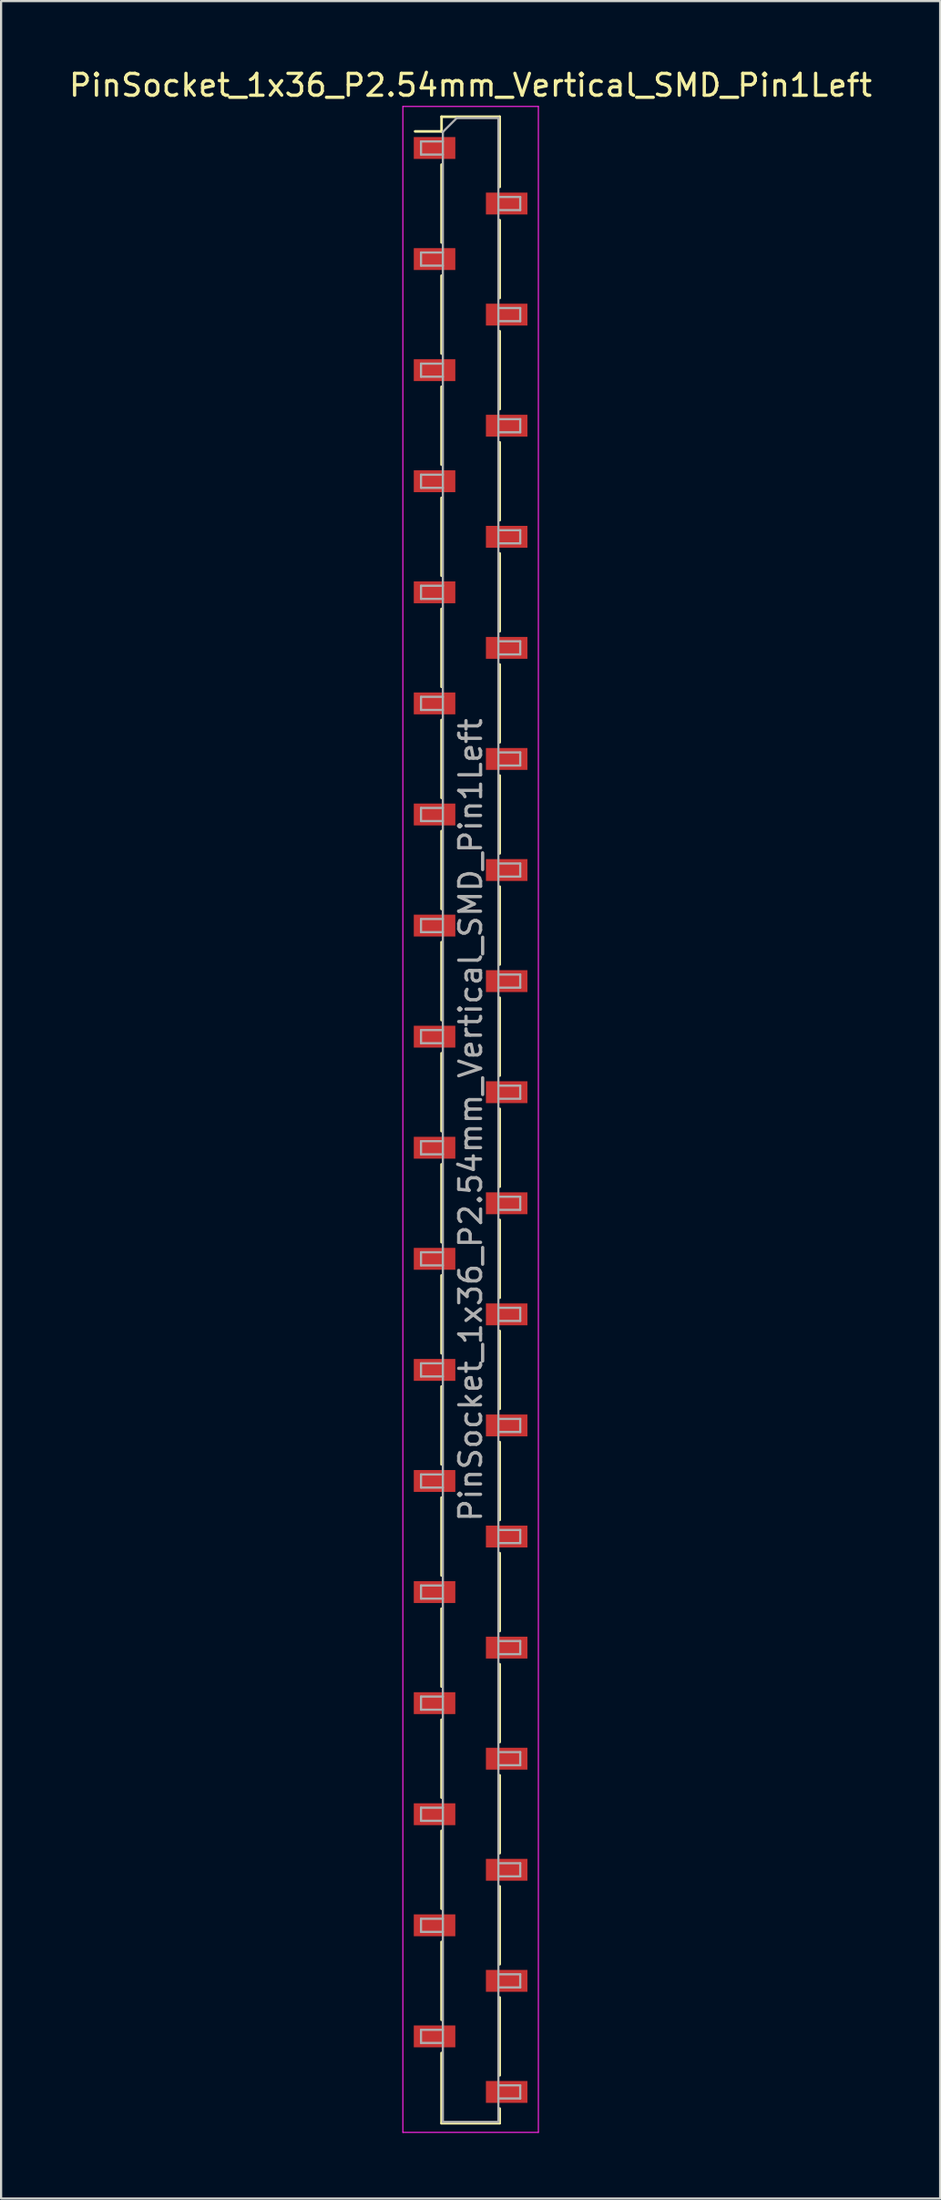
<source format=kicad_pcb>
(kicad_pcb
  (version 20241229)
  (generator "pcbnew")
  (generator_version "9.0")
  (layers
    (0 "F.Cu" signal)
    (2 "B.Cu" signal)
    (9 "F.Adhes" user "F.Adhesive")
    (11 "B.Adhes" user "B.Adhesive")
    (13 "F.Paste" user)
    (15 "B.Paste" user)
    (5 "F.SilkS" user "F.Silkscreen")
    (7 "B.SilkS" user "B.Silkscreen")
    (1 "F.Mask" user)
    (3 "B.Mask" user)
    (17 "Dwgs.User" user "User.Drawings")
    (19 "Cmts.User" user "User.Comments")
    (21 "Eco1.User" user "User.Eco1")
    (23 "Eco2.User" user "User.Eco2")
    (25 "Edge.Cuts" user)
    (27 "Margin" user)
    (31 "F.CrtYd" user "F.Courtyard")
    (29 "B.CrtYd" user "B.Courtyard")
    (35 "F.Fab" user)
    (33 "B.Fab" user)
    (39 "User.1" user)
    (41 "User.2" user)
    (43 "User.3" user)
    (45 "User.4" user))
  (footprint "PinSocket_1x36_P2.54mm_Vertical_SMD_Pin1Left"
    (layer "F.Cu")
    (at 18.482 48.168)
    (property "Reference" "PinSocket_1x36_P2.54mm_Vertical_SMD_Pin1Left" (at 0 -47.32 0) (layer "F.SilkS") (effects (font (size 1 1) (thickness 0.15))))
    (attr smd)
    (fp_line (start -2.54 -45.21) (end -1.33 -45.21) (stroke (width 0.12) (type solid)) (layer "F.SilkS"))
    (fp_line (start -1.33 -45.88) (end -1.33 -45.21) (stroke (width 0.12) (type solid)) (layer "F.SilkS"))
    (fp_line (start -1.33 -45.88) (end 1.33 -45.88) (stroke (width 0.12) (type solid)) (layer "F.SilkS"))
    (fp_line (start -1.33 -43.69) (end -1.33 -40.13) (stroke (width 0.12) (type solid)) (layer "F.SilkS"))
    (fp_line (start -1.33 -38.61) (end -1.33 -35.05) (stroke (width 0.12) (type solid)) (layer "F.SilkS"))
    (fp_line (start -1.33 -33.53) (end -1.33 -29.97) (stroke (width 0.12) (type solid)) (layer "F.SilkS"))
    (fp_line (start -1.33 -28.45) (end -1.33 -24.89) (stroke (width 0.12) (type solid)) (layer "F.SilkS"))
    (fp_line (start -1.33 -23.37) (end -1.33 -19.81) (stroke (width 0.12) (type solid)) (layer "F.SilkS"))
    (fp_line (start -1.33 -18.29) (end -1.33 -14.73) (stroke (width 0.12) (type solid)) (layer "F.SilkS"))
    (fp_line (start -1.33 -13.21) (end -1.33 -9.65) (stroke (width 0.12) (type solid)) (layer "F.SilkS"))
    (fp_line (start -1.33 -8.13) (end -1.33 -4.57) (stroke (width 0.12) (type solid)) (layer "F.SilkS"))
    (fp_line (start -1.33 -3.05) (end -1.33 0.51) (stroke (width 0.12) (type solid)) (layer "F.SilkS"))
    (fp_line (start -1.33 2.03) (end -1.33 5.59) (stroke (width 0.12) (type solid)) (layer "F.SilkS"))
    (fp_line (start -1.33 7.11) (end -1.33 10.67) (stroke (width 0.12) (type solid)) (layer "F.SilkS"))
    (fp_line (start -1.33 12.19) (end -1.33 15.75) (stroke (width 0.12) (type solid)) (layer "F.SilkS"))
    (fp_line (start -1.33 17.27) (end -1.33 20.83) (stroke (width 0.12) (type solid)) (layer "F.SilkS"))
    (fp_line (start -1.33 22.35) (end -1.33 25.91) (stroke (width 0.12) (type solid)) (layer "F.SilkS"))
    (fp_line (start -1.33 27.43) (end -1.33 30.99) (stroke (width 0.12) (type solid)) (layer "F.SilkS"))
    (fp_line (start -1.33 32.51) (end -1.33 36.07) (stroke (width 0.12) (type solid)) (layer "F.SilkS"))
    (fp_line (start -1.33 37.59) (end -1.33 41.15) (stroke (width 0.12) (type solid)) (layer "F.SilkS"))
    (fp_line (start -1.33 42.67) (end -1.33 45.88) (stroke (width 0.12) (type solid)) (layer "F.SilkS"))
    (fp_line (start -1.33 45.88) (end 1.33 45.88) (stroke (width 0.12) (type solid)) (layer "F.SilkS"))
    (fp_line (start 1.33 -45.88) (end 1.33 -42.67) (stroke (width 0.12) (type solid)) (layer "F.SilkS"))
    (fp_line (start 1.33 -41.15) (end 1.33 -37.59) (stroke (width 0.12) (type solid)) (layer "F.SilkS"))
    (fp_line (start 1.33 -36.07) (end 1.33 -32.51) (stroke (width 0.12) (type solid)) (layer "F.SilkS"))
    (fp_line (start 1.33 -30.99) (end 1.33 -27.43) (stroke (width 0.12) (type solid)) (layer "F.SilkS"))
    (fp_line (start 1.33 -25.91) (end 1.33 -22.35) (stroke (width 0.12) (type solid)) (layer "F.SilkS"))
    (fp_line (start 1.33 -20.83) (end 1.33 -17.27) (stroke (width 0.12) (type solid)) (layer "F.SilkS"))
    (fp_line (start 1.33 -15.75) (end 1.33 -12.19) (stroke (width 0.12) (type solid)) (layer "F.SilkS"))
    (fp_line (start 1.33 -10.67) (end 1.33 -7.11) (stroke (width 0.12) (type solid)) (layer "F.SilkS"))
    (fp_line (start 1.33 -5.59) (end 1.33 -2.03) (stroke (width 0.12) (type solid)) (layer "F.SilkS"))
    (fp_line (start 1.33 -0.51) (end 1.33 3.05) (stroke (width 0.12) (type solid)) (layer "F.SilkS"))
    (fp_line (start 1.33 4.57) (end 1.33 8.13) (stroke (width 0.12) (type solid)) (layer "F.SilkS"))
    (fp_line (start 1.33 9.65) (end 1.33 13.21) (stroke (width 0.12) (type solid)) (layer "F.SilkS"))
    (fp_line (start 1.33 14.73) (end 1.33 18.29) (stroke (width 0.12) (type solid)) (layer "F.SilkS"))
    (fp_line (start 1.33 19.81) (end 1.33 23.37) (stroke (width 0.12) (type solid)) (layer "F.SilkS"))
    (fp_line (start 1.33 24.89) (end 1.33 28.45) (stroke (width 0.12) (type solid)) (layer "F.SilkS"))
    (fp_line (start 1.33 29.97) (end 1.33 33.53) (stroke (width 0.12) (type solid)) (layer "F.SilkS"))
    (fp_line (start 1.33 35.05) (end 1.33 38.61) (stroke (width 0.12) (type solid)) (layer "F.SilkS"))
    (fp_line (start 1.33 40.13) (end 1.33 43.69) (stroke (width 0.12) (type solid)) (layer "F.SilkS"))
    (fp_line (start 1.33 45.21) (end 1.33 45.88) (stroke (width 0.12) (type solid)) (layer "F.SilkS"))
    (fp_line (start -3.1 -46.35) (end 3.1 -46.35) (stroke (width 0.05) (type solid)) (layer "F.CrtYd"))
    (fp_line (start -3.1 46.3) (end -3.1 -46.35) (stroke (width 0.05) (type solid)) (layer "F.CrtYd"))
    (fp_line (start 3.1 -46.35) (end 3.1 46.3) (stroke (width 0.05) (type solid)) (layer "F.CrtYd"))
    (fp_line (start 3.1 46.3) (end -3.1 46.3) (stroke (width 0.05) (type solid)) (layer "F.CrtYd"))
    (fp_line (start -2.27 -44.75) (end -1.27 -44.75) (stroke (width 0.1) (type solid)) (layer "F.Fab"))
    (fp_line (start -2.27 -44.15) (end -2.27 -44.75) (stroke (width 0.1) (type solid)) (layer "F.Fab"))
    (fp_line (start -2.27 -39.67) (end -1.27 -39.67) (stroke (width 0.1) (type solid)) (layer "F.Fab"))
    (fp_line (start -2.27 -39.07) (end -2.27 -39.67) (stroke (width 0.1) (type solid)) (layer "F.Fab"))
    (fp_line (start -2.27 -34.59) (end -1.27 -34.59) (stroke (width 0.1) (type solid)) (layer "F.Fab"))
    (fp_line (start -2.27 -33.99) (end -2.27 -34.59) (stroke (width 0.1) (type solid)) (layer "F.Fab"))
    (fp_line (start -2.27 -29.51) (end -1.27 -29.51) (stroke (width 0.1) (type solid)) (layer "F.Fab"))
    (fp_line (start -2.27 -28.91) (end -2.27 -29.51) (stroke (width 0.1) (type solid)) (layer "F.Fab"))
    (fp_line (start -2.27 -24.43) (end -1.27 -24.43) (stroke (width 0.1) (type solid)) (layer "F.Fab"))
    (fp_line (start -2.27 -23.83) (end -2.27 -24.43) (stroke (width 0.1) (type solid)) (layer "F.Fab"))
    (fp_line (start -2.27 -19.35) (end -1.27 -19.35) (stroke (width 0.1) (type solid)) (layer "F.Fab"))
    (fp_line (start -2.27 -18.75) (end -2.27 -19.35) (stroke (width 0.1) (type solid)) (layer "F.Fab"))
    (fp_line (start -2.27 -14.27) (end -1.27 -14.27) (stroke (width 0.1) (type solid)) (layer "F.Fab"))
    (fp_line (start -2.27 -13.67) (end -2.27 -14.27) (stroke (width 0.1) (type solid)) (layer "F.Fab"))
    (fp_line (start -2.27 -9.19) (end -1.27 -9.19) (stroke (width 0.1) (type solid)) (layer "F.Fab"))
    (fp_line (start -2.27 -8.59) (end -2.27 -9.19) (stroke (width 0.1) (type solid)) (layer "F.Fab"))
    (fp_line (start -2.27 -4.11) (end -1.27 -4.11) (stroke (width 0.1) (type solid)) (layer "F.Fab"))
    (fp_line (start -2.27 -3.51) (end -2.27 -4.11) (stroke (width 0.1) (type solid)) (layer "F.Fab"))
    (fp_line (start -2.27 0.97) (end -1.27 0.97) (stroke (width 0.1) (type solid)) (layer "F.Fab"))
    (fp_line (start -2.27 1.57) (end -2.27 0.97) (stroke (width 0.1) (type solid)) (layer "F.Fab"))
    (fp_line (start -2.27 6.05) (end -1.27 6.05) (stroke (width 0.1) (type solid)) (layer "F.Fab"))
    (fp_line (start -2.27 6.65) (end -2.27 6.05) (stroke (width 0.1) (type solid)) (layer "F.Fab"))
    (fp_line (start -2.27 11.13) (end -1.27 11.13) (stroke (width 0.1) (type solid)) (layer "F.Fab"))
    (fp_line (start -2.27 11.73) (end -2.27 11.13) (stroke (width 0.1) (type solid)) (layer "F.Fab"))
    (fp_line (start -2.27 16.21) (end -1.27 16.21) (stroke (width 0.1) (type solid)) (layer "F.Fab"))
    (fp_line (start -2.27 16.81) (end -2.27 16.21) (stroke (width 0.1) (type solid)) (layer "F.Fab"))
    (fp_line (start -2.27 21.29) (end -1.27 21.29) (stroke (width 0.1) (type solid)) (layer "F.Fab"))
    (fp_line (start -2.27 21.89) (end -2.27 21.29) (stroke (width 0.1) (type solid)) (layer "F.Fab"))
    (fp_line (start -2.27 26.37) (end -1.27 26.37) (stroke (width 0.1) (type solid)) (layer "F.Fab"))
    (fp_line (start -2.27 26.97) (end -2.27 26.37) (stroke (width 0.1) (type solid)) (layer "F.Fab"))
    (fp_line (start -2.27 31.45) (end -1.27 31.45) (stroke (width 0.1) (type solid)) (layer "F.Fab"))
    (fp_line (start -2.27 32.05) (end -2.27 31.45) (stroke (width 0.1) (type solid)) (layer "F.Fab"))
    (fp_line (start -2.27 36.53) (end -1.27 36.53) (stroke (width 0.1) (type solid)) (layer "F.Fab"))
    (fp_line (start -2.27 37.13) (end -2.27 36.53) (stroke (width 0.1) (type solid)) (layer "F.Fab"))
    (fp_line (start -2.27 41.61) (end -1.27 41.61) (stroke (width 0.1) (type solid)) (layer "F.Fab"))
    (fp_line (start -2.27 42.21) (end -2.27 41.61) (stroke (width 0.1) (type solid)) (layer "F.Fab"))
    (fp_line (start -1.27 -45.185) (end -0.635 -45.82) (stroke (width 0.1) (type solid)) (layer "F.Fab"))
    (fp_line (start -1.27 -44.15) (end -2.27 -44.15) (stroke (width 0.1) (type solid)) (layer "F.Fab"))
    (fp_line (start -1.27 -39.07) (end -2.27 -39.07) (stroke (width 0.1) (type solid)) (layer "F.Fab"))
    (fp_line (start -1.27 -33.99) (end -2.27 -33.99) (stroke (width 0.1) (type solid)) (layer "F.Fab"))
    (fp_line (start -1.27 -28.91) (end -2.27 -28.91) (stroke (width 0.1) (type solid)) (layer "F.Fab"))
    (fp_line (start -1.27 -23.83) (end -2.27 -23.83) (stroke (width 0.1) (type solid)) (layer "F.Fab"))
    (fp_line (start -1.27 -18.75) (end -2.27 -18.75) (stroke (width 0.1) (type solid)) (layer "F.Fab"))
    (fp_line (start -1.27 -13.67) (end -2.27 -13.67) (stroke (width 0.1) (type solid)) (layer "F.Fab"))
    (fp_line (start -1.27 -8.59) (end -2.27 -8.59) (stroke (width 0.1) (type solid)) (layer "F.Fab"))
    (fp_line (start -1.27 -3.51) (end -2.27 -3.51) (stroke (width 0.1) (type solid)) (layer "F.Fab"))
    (fp_line (start -1.27 1.57) (end -2.27 1.57) (stroke (width 0.1) (type solid)) (layer "F.Fab"))
    (fp_line (start -1.27 6.65) (end -2.27 6.65) (stroke (width 0.1) (type solid)) (layer "F.Fab"))
    (fp_line (start -1.27 11.73) (end -2.27 11.73) (stroke (width 0.1) (type solid)) (layer "F.Fab"))
    (fp_line (start -1.27 16.81) (end -2.27 16.81) (stroke (width 0.1) (type solid)) (layer "F.Fab"))
    (fp_line (start -1.27 21.89) (end -2.27 21.89) (stroke (width 0.1) (type solid)) (layer "F.Fab"))
    (fp_line (start -1.27 26.97) (end -2.27 26.97) (stroke (width 0.1) (type solid)) (layer "F.Fab"))
    (fp_line (start -1.27 32.05) (end -2.27 32.05) (stroke (width 0.1) (type solid)) (layer "F.Fab"))
    (fp_line (start -1.27 37.13) (end -2.27 37.13) (stroke (width 0.1) (type solid)) (layer "F.Fab"))
    (fp_line (start -1.27 42.21) (end -2.27 42.21) (stroke (width 0.1) (type solid)) (layer "F.Fab"))
    (fp_line (start -1.27 45.82) (end -1.27 -45.185) (stroke (width 0.1) (type solid)) (layer "F.Fab"))
    (fp_line (start -0.635 -45.82) (end 1.27 -45.82) (stroke (width 0.1) (type solid)) (layer "F.Fab"))
    (fp_line (start 1.27 -45.82) (end 1.27 45.82) (stroke (width 0.1) (type solid)) (layer "F.Fab"))
    (fp_line (start 1.27 -42.21) (end 2.27 -42.21) (stroke (width 0.1) (type solid)) (layer "F.Fab"))
    (fp_line (start 1.27 -37.13) (end 2.27 -37.13) (stroke (width 0.1) (type solid)) (layer "F.Fab"))
    (fp_line (start 1.27 -32.05) (end 2.27 -32.05) (stroke (width 0.1) (type solid)) (layer "F.Fab"))
    (fp_line (start 1.27 -26.97) (end 2.27 -26.97) (stroke (width 0.1) (type solid)) (layer "F.Fab"))
    (fp_line (start 1.27 -21.89) (end 2.27 -21.89) (stroke (width 0.1) (type solid)) (layer "F.Fab"))
    (fp_line (start 1.27 -16.81) (end 2.27 -16.81) (stroke (width 0.1) (type solid)) (layer "F.Fab"))
    (fp_line (start 1.27 -11.73) (end 2.27 -11.73) (stroke (width 0.1) (type solid)) (layer "F.Fab"))
    (fp_line (start 1.27 -6.65) (end 2.27 -6.65) (stroke (width 0.1) (type solid)) (layer "F.Fab"))
    (fp_line (start 1.27 -1.57) (end 2.27 -1.57) (stroke (width 0.1) (type solid)) (layer "F.Fab"))
    (fp_line (start 1.27 3.51) (end 2.27 3.51) (stroke (width 0.1) (type solid)) (layer "F.Fab"))
    (fp_line (start 1.27 8.59) (end 2.27 8.59) (stroke (width 0.1) (type solid)) (layer "F.Fab"))
    (fp_line (start 1.27 13.67) (end 2.27 13.67) (stroke (width 0.1) (type solid)) (layer "F.Fab"))
    (fp_line (start 1.27 18.75) (end 2.27 18.75) (stroke (width 0.1) (type solid)) (layer "F.Fab"))
    (fp_line (start 1.27 23.83) (end 2.27 23.83) (stroke (width 0.1) (type solid)) (layer "F.Fab"))
    (fp_line (start 1.27 28.91) (end 2.27 28.91) (stroke (width 0.1) (type solid)) (layer "F.Fab"))
    (fp_line (start 1.27 33.99) (end 2.27 33.99) (stroke (width 0.1) (type solid)) (layer "F.Fab"))
    (fp_line (start 1.27 39.07) (end 2.27 39.07) (stroke (width 0.1) (type solid)) (layer "F.Fab"))
    (fp_line (start 1.27 44.15) (end 2.27 44.15) (stroke (width 0.1) (type solid)) (layer "F.Fab"))
    (fp_line (start 1.27 45.82) (end -1.27 45.82) (stroke (width 0.1) (type solid)) (layer "F.Fab"))
    (fp_line (start 2.27 -42.21) (end 2.27 -41.61) (stroke (width 0.1) (type solid)) (layer "F.Fab"))
    (fp_line (start 2.27 -41.61) (end 1.27 -41.61) (stroke (width 0.1) (type solid)) (layer "F.Fab"))
    (fp_line (start 2.27 -37.13) (end 2.27 -36.53) (stroke (width 0.1) (type solid)) (layer "F.Fab"))
    (fp_line (start 2.27 -36.53) (end 1.27 -36.53) (stroke (width 0.1) (type solid)) (layer "F.Fab"))
    (fp_line (start 2.27 -32.05) (end 2.27 -31.45) (stroke (width 0.1) (type solid)) (layer "F.Fab"))
    (fp_line (start 2.27 -31.45) (end 1.27 -31.45) (stroke (width 0.1) (type solid)) (layer "F.Fab"))
    (fp_line (start 2.27 -26.97) (end 2.27 -26.37) (stroke (width 0.1) (type solid)) (layer "F.Fab"))
    (fp_line (start 2.27 -26.37) (end 1.27 -26.37) (stroke (width 0.1) (type solid)) (layer "F.Fab"))
    (fp_line (start 2.27 -21.89) (end 2.27 -21.29) (stroke (width 0.1) (type solid)) (layer "F.Fab"))
    (fp_line (start 2.27 -21.29) (end 1.27 -21.29) (stroke (width 0.1) (type solid)) (layer "F.Fab"))
    (fp_line (start 2.27 -16.81) (end 2.27 -16.21) (stroke (width 0.1) (type solid)) (layer "F.Fab"))
    (fp_line (start 2.27 -16.21) (end 1.27 -16.21) (stroke (width 0.1) (type solid)) (layer "F.Fab"))
    (fp_line (start 2.27 -11.73) (end 2.27 -11.13) (stroke (width 0.1) (type solid)) (layer "F.Fab"))
    (fp_line (start 2.27 -11.13) (end 1.27 -11.13) (stroke (width 0.1) (type solid)) (layer "F.Fab"))
    (fp_line (start 2.27 -6.65) (end 2.27 -6.05) (stroke (width 0.1) (type solid)) (layer "F.Fab"))
    (fp_line (start 2.27 -6.05) (end 1.27 -6.05) (stroke (width 0.1) (type solid)) (layer "F.Fab"))
    (fp_line (start 2.27 -1.57) (end 2.27 -0.97) (stroke (width 0.1) (type solid)) (layer "F.Fab"))
    (fp_line (start 2.27 -0.97) (end 1.27 -0.97) (stroke (width 0.1) (type solid)) (layer "F.Fab"))
    (fp_line (start 2.27 3.51) (end 2.27 4.11) (stroke (width 0.1) (type solid)) (layer "F.Fab"))
    (fp_line (start 2.27 4.11) (end 1.27 4.11) (stroke (width 0.1) (type solid)) (layer "F.Fab"))
    (fp_line (start 2.27 8.59) (end 2.27 9.19) (stroke (width 0.1) (type solid)) (layer "F.Fab"))
    (fp_line (start 2.27 9.19) (end 1.27 9.19) (stroke (width 0.1) (type solid)) (layer "F.Fab"))
    (fp_line (start 2.27 13.67) (end 2.27 14.27) (stroke (width 0.1) (type solid)) (layer "F.Fab"))
    (fp_line (start 2.27 14.27) (end 1.27 14.27) (stroke (width 0.1) (type solid)) (layer "F.Fab"))
    (fp_line (start 2.27 18.75) (end 2.27 19.35) (stroke (width 0.1) (type solid)) (layer "F.Fab"))
    (fp_line (start 2.27 19.35) (end 1.27 19.35) (stroke (width 0.1) (type solid)) (layer "F.Fab"))
    (fp_line (start 2.27 23.83) (end 2.27 24.43) (stroke (width 0.1) (type solid)) (layer "F.Fab"))
    (fp_line (start 2.27 24.43) (end 1.27 24.43) (stroke (width 0.1) (type solid)) (layer "F.Fab"))
    (fp_line (start 2.27 28.91) (end 2.27 29.51) (stroke (width 0.1) (type solid)) (layer "F.Fab"))
    (fp_line (start 2.27 29.51) (end 1.27 29.51) (stroke (width 0.1) (type solid)) (layer "F.Fab"))
    (fp_line (start 2.27 33.99) (end 2.27 34.59) (stroke (width 0.1) (type solid)) (layer "F.Fab"))
    (fp_line (start 2.27 34.59) (end 1.27 34.59) (stroke (width 0.1) (type solid)) (layer "F.Fab"))
    (fp_line (start 2.27 39.07) (end 2.27 39.67) (stroke (width 0.1) (type solid)) (layer "F.Fab"))
    (fp_line (start 2.27 39.67) (end 1.27 39.67) (stroke (width 0.1) (type solid)) (layer "F.Fab"))
    (fp_line (start 2.27 44.15) (end 2.27 44.75) (stroke (width 0.1) (type solid)) (layer "F.Fab"))
    (fp_line (start 2.27 44.75) (end 1.27 44.75) (stroke (width 0.1) (type solid)) (layer "F.Fab"))
    (fp_text user "${REFERENCE}" (at 0 0 90) (layer "F.Fab") (effects (font (size 1 1) (thickness 0.15))))
    (pad "1" smd rect (at -1.65 -44.45) (size 1.9 1) (layers "F.Cu" "F.Mask" "F.Paste"))
    (pad "2" smd rect (at 1.65 -41.91) (size 1.9 1) (layers "F.Cu" "F.Mask" "F.Paste"))
    (pad "3" smd rect (at -1.65 -39.37) (size 1.9 1) (layers "F.Cu" "F.Mask" "F.Paste"))
    (pad "4" smd rect (at 1.65 -36.83) (size 1.9 1) (layers "F.Cu" "F.Mask" "F.Paste"))
    (pad "5" smd rect (at -1.65 -34.29) (size 1.9 1) (layers "F.Cu" "F.Mask" "F.Paste"))
    (pad "6" smd rect (at 1.65 -31.75) (size 1.9 1) (layers "F.Cu" "F.Mask" "F.Paste"))
    (pad "7" smd rect (at -1.65 -29.21) (size 1.9 1) (layers "F.Cu" "F.Mask" "F.Paste"))
    (pad "8" smd rect (at 1.65 -26.67) (size 1.9 1) (layers "F.Cu" "F.Mask" "F.Paste"))
    (pad "9" smd rect (at -1.65 -24.13) (size 1.9 1) (layers "F.Cu" "F.Mask" "F.Paste"))
    (pad "10" smd rect (at 1.65 -21.59) (size 1.9 1) (layers "F.Cu" "F.Mask" "F.Paste"))
    (pad "11" smd rect (at -1.65 -19.05) (size 1.9 1) (layers "F.Cu" "F.Mask" "F.Paste"))
    (pad "12" smd rect (at 1.65 -16.51) (size 1.9 1) (layers "F.Cu" "F.Mask" "F.Paste"))
    (pad "13" smd rect (at -1.65 -13.97) (size 1.9 1) (layers "F.Cu" "F.Mask" "F.Paste"))
    (pad "14" smd rect (at 1.65 -11.43) (size 1.9 1) (layers "F.Cu" "F.Mask" "F.Paste"))
    (pad "15" smd rect (at -1.65 -8.89) (size 1.9 1) (layers "F.Cu" "F.Mask" "F.Paste"))
    (pad "16" smd rect (at 1.65 -6.35) (size 1.9 1) (layers "F.Cu" "F.Mask" "F.Paste"))
    (pad "17" smd rect (at -1.65 -3.81) (size 1.9 1) (layers "F.Cu" "F.Mask" "F.Paste"))
    (pad "18" smd rect (at 1.65 -1.27) (size 1.9 1) (layers "F.Cu" "F.Mask" "F.Paste"))
    (pad "19" smd rect (at -1.65 1.27) (size 1.9 1) (layers "F.Cu" "F.Mask" "F.Paste"))
    (pad "20" smd rect (at 1.65 3.81) (size 1.9 1) (layers "F.Cu" "F.Mask" "F.Paste"))
    (pad "21" smd rect (at -1.65 6.35) (size 1.9 1) (layers "F.Cu" "F.Mask" "F.Paste"))
    (pad "22" smd rect (at 1.65 8.89) (size 1.9 1) (layers "F.Cu" "F.Mask" "F.Paste"))
    (pad "23" smd rect (at -1.65 11.43) (size 1.9 1) (layers "F.Cu" "F.Mask" "F.Paste"))
    (pad "24" smd rect (at 1.65 13.97) (size 1.9 1) (layers "F.Cu" "F.Mask" "F.Paste"))
    (pad "25" smd rect (at -1.65 16.51) (size 1.9 1) (layers "F.Cu" "F.Mask" "F.Paste"))
    (pad "26" smd rect (at 1.65 19.05) (size 1.9 1) (layers "F.Cu" "F.Mask" "F.Paste"))
    (pad "27" smd rect (at -1.65 21.59) (size 1.9 1) (layers "F.Cu" "F.Mask" "F.Paste"))
    (pad "28" smd rect (at 1.65 24.13) (size 1.9 1) (layers "F.Cu" "F.Mask" "F.Paste"))
    (pad "29" smd rect (at -1.65 26.67) (size 1.9 1) (layers "F.Cu" "F.Mask" "F.Paste"))
    (pad "30" smd rect (at 1.65 29.21) (size 1.9 1) (layers "F.Cu" "F.Mask" "F.Paste"))
    (pad "31" smd rect (at -1.65 31.75) (size 1.9 1) (layers "F.Cu" "F.Mask" "F.Paste"))
    (pad "32" smd rect (at 1.65 34.29) (size 1.9 1) (layers "F.Cu" "F.Mask" "F.Paste"))
    (pad "33" smd rect (at -1.65 36.83) (size 1.9 1) (layers "F.Cu" "F.Mask" "F.Paste"))
    (pad "34" smd rect (at 1.65 39.37) (size 1.9 1) (layers "F.Cu" "F.Mask" "F.Paste"))
    (pad "35" smd rect (at -1.65 41.91) (size 1.9 1) (layers "F.Cu" "F.Mask" "F.Paste"))
    (pad "36" smd rect (at 1.65 44.45) (size 1.9 1) (layers "F.Cu" "F.Mask" "F.Paste")))
  (gr_rect
    (start -3 -3)
    (end 39.964 97.493)
    (stroke (width 0.1) (type default))
    (fill no)
    (layer "Edge.Cuts")))
</source>
